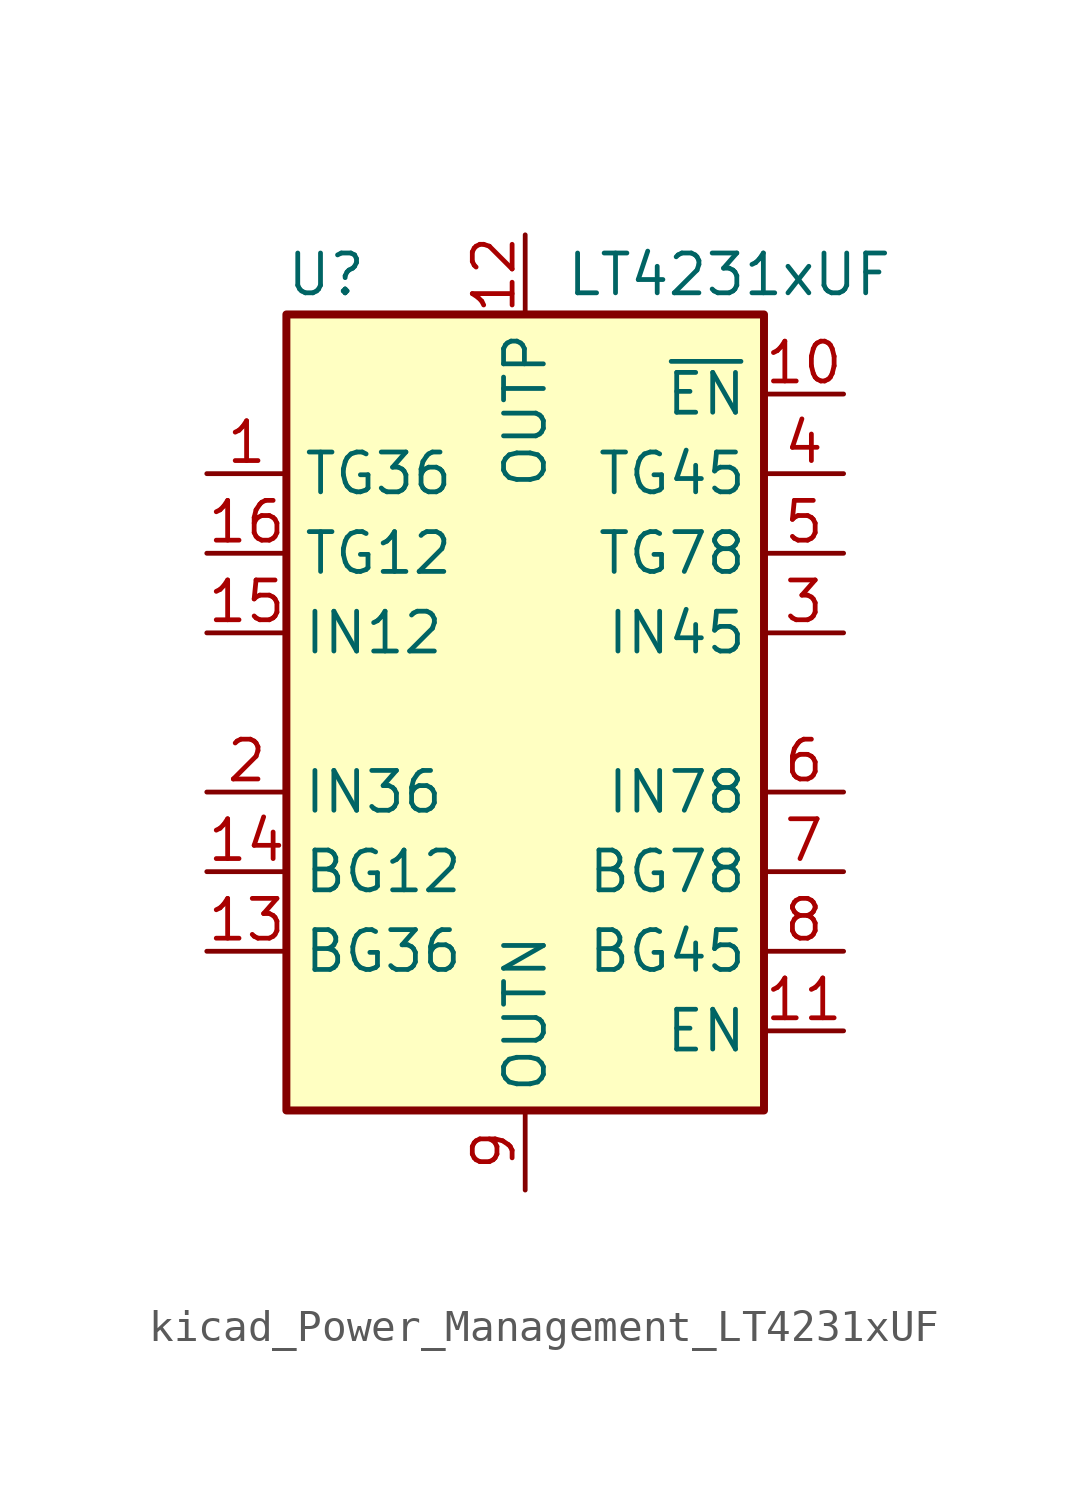
<source format=kicad_sym>
(kicad_symbol_lib
  (version 20220914)
  (generator kicad_symbol_editor)
  (symbol "kicad_Power_Management_LT4231xUF"
    (property "Reference" "U"
      (at -6.35 13.97 0)
      (effects (font (size 1.27 1.27))))
    (property "Value" "LT4231xUF"
      (at 1.27 13.97 0)
      (effects (font (size 1.27 1.27)) (justify left)))
    (symbol "kicad_Power_Management_LT4231xUF_0_1"
      (rectangle (start -7.62 12.7) (end 7.62 -12.7) (stroke (width 0.254) (type default)) (fill (type background))))
    (symbol "kicad_Power_Management_LT4231xUF_1_1"
      (pin output line (at -10.16 7.62 0) (length 2.54) (name "TG36" (effects (font (size 1.27 1.27)))) (number "1" (effects (font (size 1.27 1.27)))))
      (pin output line (at 10.16 10.16 180) (length 2.54) (name "~{EN}" (effects (font (size 1.27 1.27)))) (number "10" (effects (font (size 1.27 1.27)))))
      (pin output line (at 10.16 -10.16 180) (length 2.54) (name "EN" (effects (font (size 1.27 1.27)))) (number "11" (effects (font (size 1.27 1.27)))))
      (pin power_in line (at 0 15.24 270) (length 2.54) (name "OUTP" (effects (font (size 1.27 1.27)))) (number "12" (effects (font (size 1.27 1.27)))))
      (pin output line (at -10.16 -7.62 0) (length 2.54) (name "BG36" (effects (font (size 1.27 1.27)))) (number "13" (effects (font (size 1.27 1.27)))))
      (pin output line (at -10.16 -5.08 0) (length 2.54) (name "BG12" (effects (font (size 1.27 1.27)))) (number "14" (effects (font (size 1.27 1.27)))))
      (pin power_in line (at -10.16 2.54 0) (length 2.54) (name "IN12" (effects (font (size 1.27 1.27)))) (number "15" (effects (font (size 1.27 1.27)))))
      (pin output line (at -10.16 5.08 0) (length 2.54) (name "TG12" (effects (font (size 1.27 1.27)))) (number "16" (effects (font (size 1.27 1.27)))))
      (pin passive line (at 0 -15.24 90) (length 2.54) hide (name "OUTN" (effects (font (size 1.27 1.27)))) (number "17" (effects (font (size 1.27 1.27)))))
      (pin power_in line (at -10.16 -2.54 0) (length 2.54) (name "IN36" (effects (font (size 1.27 1.27)))) (number "2" (effects (font (size 1.27 1.27)))))
      (pin power_in line (at 10.16 2.54 180) (length 2.54) (name "IN45" (effects (font (size 1.27 1.27)))) (number "3" (effects (font (size 1.27 1.27)))))
      (pin output line (at 10.16 7.62 180) (length 2.54) (name "TG45" (effects (font (size 1.27 1.27)))) (number "4" (effects (font (size 1.27 1.27)))))
      (pin output line (at 10.16 5.08 180) (length 2.54) (name "TG78" (effects (font (size 1.27 1.27)))) (number "5" (effects (font (size 1.27 1.27)))))
      (pin power_in line (at 10.16 -2.54 180) (length 2.54) (name "IN78" (effects (font (size 1.27 1.27)))) (number "6" (effects (font (size 1.27 1.27)))))
      (pin output line (at 10.16 -5.08 180) (length 2.54) (name "BG78" (effects (font (size 1.27 1.27)))) (number "7" (effects (font (size 1.27 1.27)))))
      (pin output line (at 10.16 -7.62 180) (length 2.54) (name "BG45" (effects (font (size 1.27 1.27)))) (number "8" (effects (font (size 1.27 1.27)))))
      (pin power_in line (at 0 -15.24 90) (length 2.54) (name "OUTN" (effects (font (size 1.27 1.27)))) (number "9" (effects (font (size 1.27 1.27))))))))
</source>
